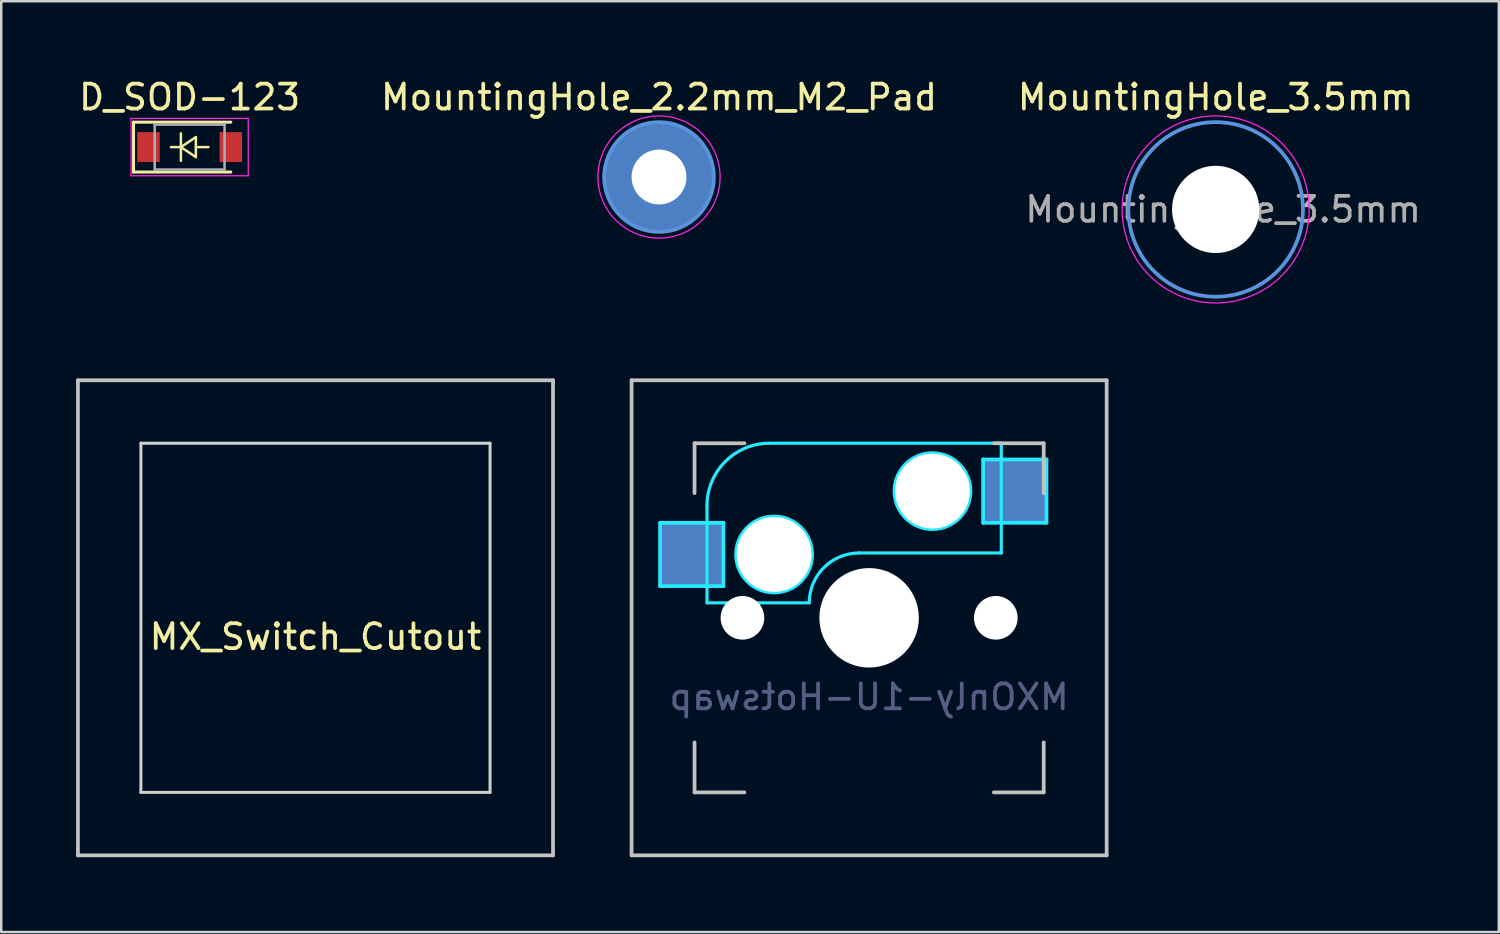
<source format=kicad_pcb>
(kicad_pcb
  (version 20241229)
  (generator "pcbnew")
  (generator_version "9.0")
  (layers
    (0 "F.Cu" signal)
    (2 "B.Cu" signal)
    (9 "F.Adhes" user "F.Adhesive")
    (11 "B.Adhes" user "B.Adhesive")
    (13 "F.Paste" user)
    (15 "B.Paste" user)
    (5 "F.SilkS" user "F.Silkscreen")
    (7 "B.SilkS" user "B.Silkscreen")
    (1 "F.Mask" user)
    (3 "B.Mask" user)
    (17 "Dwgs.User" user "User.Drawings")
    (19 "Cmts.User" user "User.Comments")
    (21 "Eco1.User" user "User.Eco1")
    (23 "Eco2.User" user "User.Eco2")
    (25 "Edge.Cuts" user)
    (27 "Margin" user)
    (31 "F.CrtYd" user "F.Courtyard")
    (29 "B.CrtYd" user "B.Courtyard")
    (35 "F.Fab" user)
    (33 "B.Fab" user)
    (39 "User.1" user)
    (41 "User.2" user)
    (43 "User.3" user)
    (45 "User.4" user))
  (footprint "MX_Switch_Cutout"
    (layer "F.Cu")
    (at 9.6 21.723)
    (property "Reference" "MX_Switch_Cutout" (at 0 0.762 0) (layer "F.SilkS") (effects (font (size 1 1) (thickness 0.15))))
    (attr through_hole)
    (fp_line (start -9.525 -9.525) (end -9.525 9.525) (stroke (width 0.15) (type solid)) (layer "Dwgs.User"))
    (fp_line (start -9.525 9.525) (end 9.525 9.525) (stroke (width 0.15) (type solid)) (layer "Dwgs.User"))
    (fp_line (start 9.525 -9.525) (end -9.525 -9.525) (stroke (width 0.15) (type solid)) (layer "Dwgs.User"))
    (fp_line (start 9.525 9.525) (end 9.525 -9.525) (stroke (width 0.15) (type solid)) (layer "Dwgs.User"))
    (fp_line (start -7 -7) (end -7 7) (stroke (width 0.12) (type solid)) (layer "Edge.Cuts"))
    (fp_line (start -7 7) (end 7 7) (stroke (width 0.12) (type solid)) (layer "Edge.Cuts"))
    (fp_line (start 7 -7) (end -7 -7) (stroke (width 0.12) (type solid)) (layer "Edge.Cuts"))
    (fp_line (start 7 7) (end 7 -7) (stroke (width 0.12) (type solid)) (layer "Edge.Cuts")))
  (footprint "MountingHole_2.2mm_M2_Pad"
    (layer "F.Cu")
    (at 23.375 4.048)
    (property "Reference" "MountingHole_2.2mm_M2_Pad" (at 0 -3.2 0) (layer "F.SilkS") (effects (font (size 1 1) (thickness 0.15))))
    (attr exclude_from_pos_files exclude_from_bom)
    (fp_circle (center 0 0) (end 2.2 0) (stroke (width 0.15) (type solid)) (fill no) (layer "Cmts.User"))
    (fp_circle (center 0 0) (end 2.45 0) (stroke (width 0.05) (type solid)) (fill no) (layer "F.CrtYd"))
    (pad "1" thru_hole circle (at 0 0) (size 4.4 4.4) (drill 2.2) (layers "*.Cu" "*.Mask")))
  (footprint "D_SOD-123"
    (layer "F.Cu")
    (at 4.554 2.848)
    (property "Reference" "D_SOD-123" (at 0 -2 0) (layer "F.SilkS") (effects (font (size 1 1) (thickness 0.15))))
    (attr smd)
    (fp_line (start -2.25 -1) (end -2.25 1) (stroke (width 0.12) (type solid)) (layer "F.SilkS"))
    (fp_line (start -2.25 -1) (end 1.65 -1) (stroke (width 0.12) (type solid)) (layer "F.SilkS"))
    (fp_line (start -2.25 1) (end 1.65 1) (stroke (width 0.12) (type solid)) (layer "F.SilkS"))
    (fp_line (start -0.75 0) (end -0.35 0) (stroke (width 0.1) (type solid)) (layer "F.SilkS"))
    (fp_line (start -0.35 0) (end 0.25 -0.4) (stroke (width 0.1) (type solid)) (layer "F.SilkS"))
    (fp_line (start -0.35 0.55) (end -0.35 -0.55) (stroke (width 0.1) (type solid)) (layer "F.SilkS"))
    (fp_line (start 0.25 -0.4) (end 0.25 0.4) (stroke (width 0.1) (type solid)) (layer "F.SilkS"))
    (fp_line (start 0.25 0) (end 0.75 0) (stroke (width 0.1) (type solid)) (layer "F.SilkS"))
    (fp_line (start 0.25 0.4) (end -0.35 0) (stroke (width 0.1) (type solid)) (layer "F.SilkS"))
    (fp_line (start -2.35 -1.15) (end -2.35 1.15) (stroke (width 0.05) (type solid)) (layer "F.CrtYd"))
    (fp_line (start -2.35 -1.15) (end 2.35 -1.15) (stroke (width 0.05) (type solid)) (layer "F.CrtYd"))
    (fp_line (start 2.35 -1.15) (end 2.35 1.15) (stroke (width 0.05) (type solid)) (layer "F.CrtYd"))
    (fp_line (start 2.35 1.15) (end -2.35 1.15) (stroke (width 0.05) (type solid)) (layer "F.CrtYd"))
    (fp_line (start -1.4 -0.9) (end 1.4 -0.9) (stroke (width 0.1) (type solid)) (layer "F.Fab"))
    (fp_line (start -1.4 0.9) (end -1.4 -0.9) (stroke (width 0.1) (type solid)) (layer "F.Fab"))
    (fp_line (start 1.4 -0.9) (end 1.4 0.9) (stroke (width 0.1) (type solid)) (layer "F.Fab"))
    (fp_line (start 1.4 0.9) (end -1.4 0.9) (stroke (width 0.1) (type solid)) (layer "F.Fab"))
    (pad "1" smd rect (at -1.65 0) (size 0.9 1.2) (layers "F.Cu" "F.Mask" "F.Paste"))
    (pad "2" smd rect (at 1.65 0) (size 0.9 1.2) (layers "F.Cu" "F.Mask" "F.Paste")))
  (footprint "MXOnly-1U-Hotswap"
    (layer "F.Cu")
    (at 31.8 21.723)
    (property "Reference" "MXOnly-1U-Hotswap" (at 0 3.175 0) (layer "B.Fab") (effects (font (size 1 1) (thickness 0.15)) (justify mirror)))
    (attr smd)
    (fp_line (start -9.525 -9.525) (end 9.525 -9.525) (stroke (width 0.15) (type solid)) (layer "Dwgs.User"))
    (fp_line (start -9.525 9.525) (end -9.525 -9.525) (stroke (width 0.15) (type solid)) (layer "Dwgs.User"))
    (fp_line (start -7 -7) (end -7 -5) (stroke (width 0.15) (type solid)) (layer "Dwgs.User"))
    (fp_line (start -7 5) (end -7 7) (stroke (width 0.15) (type solid)) (layer "Dwgs.User"))
    (fp_line (start -7 7) (end -5 7) (stroke (width 0.15) (type solid)) (layer "Dwgs.User"))
    (fp_line (start -5 -7) (end -7 -7) (stroke (width 0.15) (type solid)) (layer "Dwgs.User"))
    (fp_line (start 5 -7) (end 7 -7) (stroke (width 0.15) (type solid)) (layer "Dwgs.User"))
    (fp_line (start 5 7) (end 7 7) (stroke (width 0.15) (type solid)) (layer "Dwgs.User"))
    (fp_line (start 7 -7) (end 7 -5) (stroke (width 0.15) (type solid)) (layer "Dwgs.User"))
    (fp_line (start 7 7) (end 7 5) (stroke (width 0.15) (type solid)) (layer "Dwgs.User"))
    (fp_line (start 9.525 -9.525) (end 9.525 9.525) (stroke (width 0.15) (type solid)) (layer "Dwgs.User"))
    (fp_line (start 9.525 9.525) (end -9.525 9.525) (stroke (width 0.15) (type solid)) (layer "Dwgs.User"))
    (fp_line (start -8.382 -3.81) (end -8.382 -1.27) (stroke (width 0.15) (type solid)) (layer "B.CrtYd"))
    (fp_line (start -8.382 -1.27) (end -5.842 -1.27) (stroke (width 0.15) (type solid)) (layer "B.CrtYd"))
    (fp_line (start -6.5 -4.5) (end -6.5 -0.6) (stroke (width 0.127) (type solid)) (layer "B.CrtYd"))
    (fp_line (start -6.5 -0.6) (end -2.4 -0.6) (stroke (width 0.127) (type solid)) (layer "B.CrtYd"))
    (fp_line (start -5.842 -3.81) (end -8.382 -3.81) (stroke (width 0.15) (type solid)) (layer "B.CrtYd"))
    (fp_line (start -5.842 -1.27) (end -5.842 -3.81) (stroke (width 0.15) (type solid)) (layer "B.CrtYd"))
    (fp_line (start -0.4 -2.6) (end 5.3 -2.6) (stroke (width 0.127) (type solid)) (layer "B.CrtYd"))
    (fp_line (start 4.572 -6.35) (end 7.112 -6.35) (stroke (width 0.15) (type solid)) (layer "B.CrtYd"))
    (fp_line (start 4.572 -3.81) (end 4.572 -6.35) (stroke (width 0.15) (type solid)) (layer "B.CrtYd"))
    (fp_line (start 5.3 -7) (end -4 -7) (stroke (width 0.127) (type solid)) (layer "B.CrtYd"))
    (fp_line (start 5.3 -7) (end 5.3 -2.6) (stroke (width 0.127) (type solid)) (layer "B.CrtYd"))
    (fp_line (start 7.112 -6.35) (end 7.112 -3.81) (stroke (width 0.15) (type solid)) (layer "B.CrtYd"))
    (fp_line (start 7.112 -3.81) (end 4.572 -3.81) (stroke (width 0.15) (type solid)) (layer "B.CrtYd"))
    (fp_arc (start -6.5 -4.5) (mid -5.767767 -6.267767) (end -4 -7) (stroke (width 0.127) (type solid)) (layer "B.CrtYd"))
    (fp_arc (start -2.4 -0.6) (mid -1.814214 -2.014214) (end -0.4 -2.6) (stroke (width 0.127) (type solid)) (layer "B.CrtYd"))
    (fp_circle (center -3.81 -2.54) (end -3.81 -4.064) (stroke (width 0.15) (type solid)) (fill no) (layer "B.CrtYd"))
    (fp_circle (center 2.54 -5.08) (end 2.54 -6.604) (stroke (width 0.15) (type solid)) (fill no) (layer "B.CrtYd"))
    (pad "" np_thru_hole circle (at -5.08 0 48.1) (size 1.75 1.75) (drill 1.75) (layers "*.Cu" "*.Mask"))
    (pad "" np_thru_hole circle (at -3.81 -2.54) (size 3 3) (drill 3) (layers "*.Cu" "*.Mask"))
    (pad "" np_thru_hole circle (at 0 0) (size 3.988 3.988) (drill 3.988) (layers "*.Cu" "*.Mask"))
    (pad "" np_thru_hole circle (at 2.54 -5.08) (size 3 3) (drill 3) (layers "*.Cu" "*.Mask"))
    (pad "" np_thru_hole circle (at 5.08 0 48.1) (size 1.75 1.75) (drill 1.75) (layers "*.Cu" "*.Mask"))
    (pad "1" smd rect (at -7.085 -2.54) (size 2.55 2.5) (layers "B.Cu" "B.Mask" "B.Paste"))
    (pad "2" smd rect (at 5.842 -5.08) (size 2.55 2.5) (layers "B.Cu" "B.Mask" "B.Paste")))
  (footprint "MountingHole_3.5mm"
    (layer "F.Cu")
    (at 45.696 5.348)
    (property "Reference" "MountingHole_3.5mm" (at 0 -4.5 0) (layer "F.SilkS") (effects (font (size 1 1) (thickness 0.15))))
    (attr exclude_from_pos_files exclude_from_bom)
    (fp_circle (center 0 0) (end 3.5 0) (stroke (width 0.15) (type solid)) (fill no) (layer "Cmts.User"))
    (fp_circle (center 0 0) (end 3.75 0) (stroke (width 0.05) (type solid)) (fill no) (layer "F.CrtYd"))
    (fp_text user "${REFERENCE}" (at 0.3 0 0) (layer "F.Fab") (effects (font (size 1 1) (thickness 0.15))))
    (pad "" np_thru_hole circle (at 0 0) (size 3.5 3.5) (drill 3.5) (layers "*.Cu" "*.Mask")))
  (gr_rect
    (start -3 -3)
    (end 57.05 34.323)
    (stroke (width 0.1) (type default))
    (fill no)
    (layer "Edge.Cuts")))
</source>
